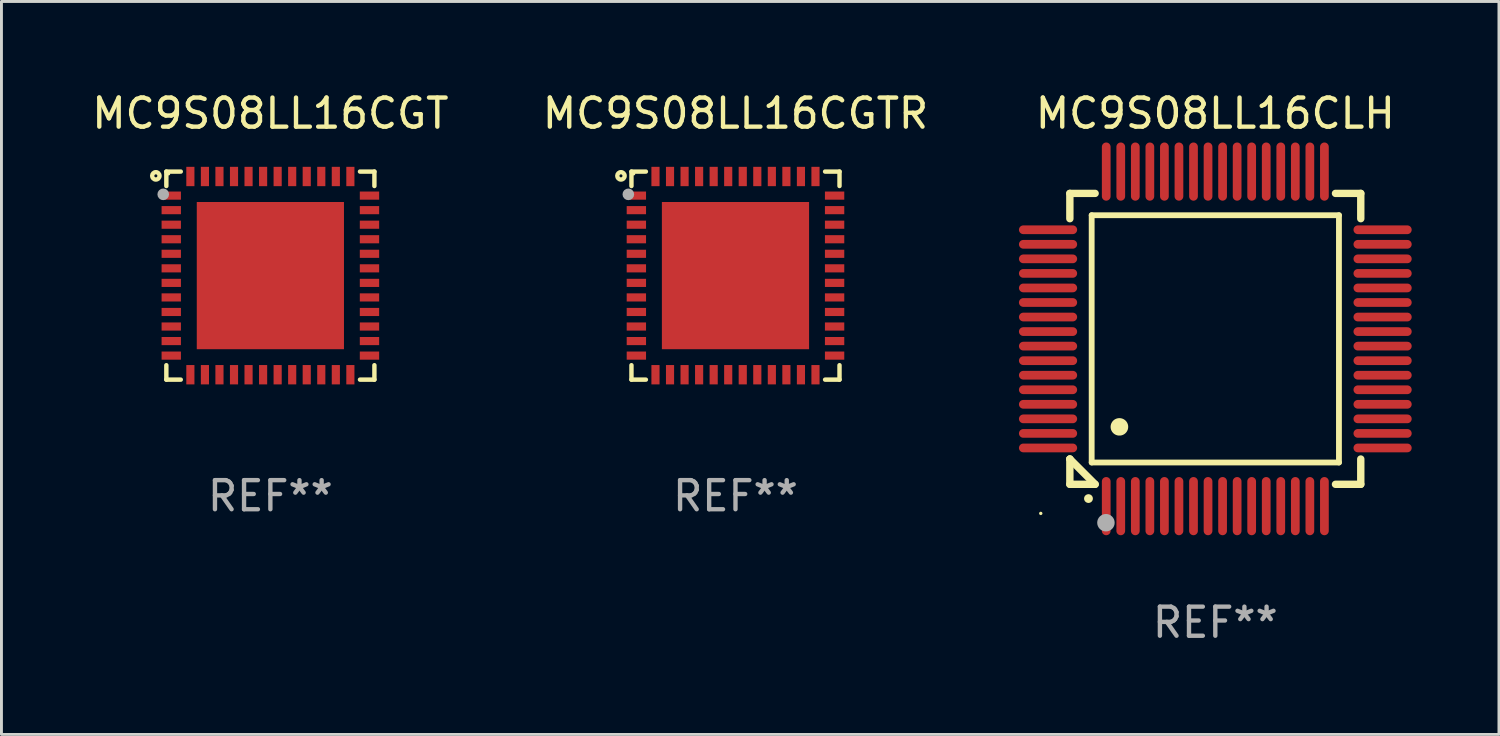
<source format=kicad_pcb>
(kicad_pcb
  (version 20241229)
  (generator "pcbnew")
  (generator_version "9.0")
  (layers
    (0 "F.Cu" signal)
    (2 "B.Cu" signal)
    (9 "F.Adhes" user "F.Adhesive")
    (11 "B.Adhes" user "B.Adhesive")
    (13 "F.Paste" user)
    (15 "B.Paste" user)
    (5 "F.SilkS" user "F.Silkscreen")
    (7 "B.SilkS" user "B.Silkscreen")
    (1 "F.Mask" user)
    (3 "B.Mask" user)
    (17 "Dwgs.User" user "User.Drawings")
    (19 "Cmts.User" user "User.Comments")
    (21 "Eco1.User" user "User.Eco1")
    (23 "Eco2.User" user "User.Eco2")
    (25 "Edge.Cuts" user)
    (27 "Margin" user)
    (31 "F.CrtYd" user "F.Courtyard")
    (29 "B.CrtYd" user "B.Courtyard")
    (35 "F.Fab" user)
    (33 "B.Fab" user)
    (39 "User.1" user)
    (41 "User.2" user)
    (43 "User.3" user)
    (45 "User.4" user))
  (footprint "MC9S08LL16CGT"
    (layer "F.Cu")
    (at 6.244 6.424)
    (property "Reference" "MC9S08LL16CGT" (at 0 -5.576 0) (layer "F.SilkS") (effects (font (size 1 1) (thickness 0.15))))
    (attr through_hole)
    (fp_line (start -3.576 -3.576) (end -3.576 -3.08) (stroke (width 0.152) (type solid)) (layer "F.SilkS"))
    (fp_line (start -3.576 3.576) (end -3.576 3.08) (stroke (width 0.152) (type solid)) (layer "F.SilkS"))
    (fp_line (start -3.08 -3.576) (end -3.576 -3.576) (stroke (width 0.152) (type solid)) (layer "F.SilkS"))
    (fp_line (start -3.08 3.576) (end -3.576 3.576) (stroke (width 0.152) (type solid)) (layer "F.SilkS"))
    (fp_line (start 3.08 -3.576) (end 3.576 -3.576) (stroke (width 0.152) (type solid)) (layer "F.SilkS"))
    (fp_line (start 3.08 3.576) (end 3.576 3.576) (stroke (width 0.152) (type solid)) (layer "F.SilkS"))
    (fp_line (start 3.576 -3.576) (end 3.576 -3.08) (stroke (width 0.152) (type solid)) (layer "F.SilkS"))
    (fp_line (start 3.576 3.576) (end 3.576 3.08) (stroke (width 0.152) (type solid)) (layer "F.SilkS"))
    (fp_circle (center -3.937 -3.429) (end -3.81 -3.429) (stroke (width 0.15) (type solid)) (fill no) (layer "F.SilkS"))
    (fp_circle (center -3.5 -3.5) (end -3.47 -3.5) (stroke (width 0.06) (type solid)) (fill no) (layer "F.SilkS"))
    (fp_circle (center -3.683 -2.794) (end -3.583 -2.794) (stroke (width 0.2) (type solid)) (fill no) (layer "F.Fab"))
    (fp_text user "REF**" (at 0 7.576 0) (layer "F.Fab") (effects (font (size 1 1) (thickness 0.15))))
    (pad "1" smd rect (at -3.407 -2.75) (size 0.665 0.28) (layers "F.Cu" "F.Mask" "F.Paste"))
    (pad "2" smd rect (at -3.407 -2.25) (size 0.665 0.28) (layers "F.Cu" "F.Mask" "F.Paste"))
    (pad "3" smd rect (at -3.407 -1.75) (size 0.665 0.28) (layers "F.Cu" "F.Mask" "F.Paste"))
    (pad "4" smd rect (at -3.407 -1.25) (size 0.665 0.28) (layers "F.Cu" "F.Mask" "F.Paste"))
    (pad "5" smd rect (at -3.407 -0.75) (size 0.665 0.28) (layers "F.Cu" "F.Mask" "F.Paste"))
    (pad "6" smd rect (at -3.407 -0.25) (size 0.665 0.28) (layers "F.Cu" "F.Mask" "F.Paste"))
    (pad "7" smd rect (at -3.407 0.25) (size 0.665 0.28) (layers "F.Cu" "F.Mask" "F.Paste"))
    (pad "8" smd rect (at -3.407 0.75) (size 0.665 0.28) (layers "F.Cu" "F.Mask" "F.Paste"))
    (pad "9" smd rect (at -3.407 1.25) (size 0.665 0.28) (layers "F.Cu" "F.Mask" "F.Paste"))
    (pad "10" smd rect (at -3.407 1.75) (size 0.665 0.28) (layers "F.Cu" "F.Mask" "F.Paste"))
    (pad "11" smd rect (at -3.407 2.25) (size 0.665 0.28) (layers "F.Cu" "F.Mask" "F.Paste"))
    (pad "12" smd rect (at -3.407 2.75) (size 0.665 0.28) (layers "F.Cu" "F.Mask" "F.Paste"))
    (pad "13" smd rect (at -2.75 3.407) (size 0.28 0.665) (layers "F.Cu" "F.Mask" "F.Paste"))
    (pad "14" smd rect (at -2.25 3.407) (size 0.28 0.665) (layers "F.Cu" "F.Mask" "F.Paste"))
    (pad "15" smd rect (at -1.75 3.407) (size 0.28 0.665) (layers "F.Cu" "F.Mask" "F.Paste"))
    (pad "16" smd rect (at -1.25 3.407) (size 0.28 0.665) (layers "F.Cu" "F.Mask" "F.Paste"))
    (pad "17" smd rect (at -0.75 3.407) (size 0.28 0.665) (layers "F.Cu" "F.Mask" "F.Paste"))
    (pad "18" smd rect (at -0.25 3.407) (size 0.28 0.665) (layers "F.Cu" "F.Mask" "F.Paste"))
    (pad "19" smd rect (at 0.25 3.407) (size 0.28 0.665) (layers "F.Cu" "F.Mask" "F.Paste"))
    (pad "20" smd rect (at 0.75 3.407) (size 0.28 0.665) (layers "F.Cu" "F.Mask" "F.Paste"))
    (pad "21" smd rect (at 1.25 3.407) (size 0.28 0.665) (layers "F.Cu" "F.Mask" "F.Paste"))
    (pad "22" smd rect (at 1.75 3.407) (size 0.28 0.665) (layers "F.Cu" "F.Mask" "F.Paste"))
    (pad "23" smd rect (at 2.25 3.407) (size 0.28 0.665) (layers "F.Cu" "F.Mask" "F.Paste"))
    (pad "24" smd rect (at 2.75 3.407) (size 0.28 0.665) (layers "F.Cu" "F.Mask" "F.Paste"))
    (pad "25" smd rect (at 3.407 2.75) (size 0.665 0.28) (layers "F.Cu" "F.Mask" "F.Paste"))
    (pad "26" smd rect (at 3.407 2.25) (size 0.665 0.28) (layers "F.Cu" "F.Mask" "F.Paste"))
    (pad "27" smd rect (at 3.407 1.75) (size 0.665 0.28) (layers "F.Cu" "F.Mask" "F.Paste"))
    (pad "28" smd rect (at 3.407 1.25) (size 0.665 0.28) (layers "F.Cu" "F.Mask" "F.Paste"))
    (pad "29" smd rect (at 3.407 0.75) (size 0.665 0.28) (layers "F.Cu" "F.Mask" "F.Paste"))
    (pad "30" smd rect (at 3.407 0.25) (size 0.665 0.28) (layers "F.Cu" "F.Mask" "F.Paste"))
    (pad "31" smd rect (at 3.407 -0.25) (size 0.665 0.28) (layers "F.Cu" "F.Mask" "F.Paste"))
    (pad "32" smd rect (at 3.407 -0.75) (size 0.665 0.28) (layers "F.Cu" "F.Mask" "F.Paste"))
    (pad "33" smd rect (at 3.407 -1.25) (size 0.665 0.28) (layers "F.Cu" "F.Mask" "F.Paste"))
    (pad "34" smd rect (at 3.407 -1.75) (size 0.665 0.28) (layers "F.Cu" "F.Mask" "F.Paste"))
    (pad "35" smd rect (at 3.407 -2.25) (size 0.665 0.28) (layers "F.Cu" "F.Mask" "F.Paste"))
    (pad "36" smd rect (at 3.407 -2.75) (size 0.665 0.28) (layers "F.Cu" "F.Mask" "F.Paste"))
    (pad "37" smd rect (at 2.75 -3.407) (size 0.28 0.665) (layers "F.Cu" "F.Mask" "F.Paste"))
    (pad "38" smd rect (at 2.25 -3.407) (size 0.28 0.665) (layers "F.Cu" "F.Mask" "F.Paste"))
    (pad "39" smd rect (at 1.75 -3.407) (size 0.28 0.665) (layers "F.Cu" "F.Mask" "F.Paste"))
    (pad "40" smd rect (at 1.25 -3.407) (size 0.28 0.665) (layers "F.Cu" "F.Mask" "F.Paste"))
    (pad "41" smd rect (at 0.75 -3.407) (size 0.28 0.665) (layers "F.Cu" "F.Mask" "F.Paste"))
    (pad "42" smd rect (at 0.25 -3.407) (size 0.28 0.665) (layers "F.Cu" "F.Mask" "F.Paste"))
    (pad "43" smd rect (at -0.25 -3.407) (size 0.28 0.665) (layers "F.Cu" "F.Mask" "F.Paste"))
    (pad "44" smd rect (at -0.75 -3.407) (size 0.28 0.665) (layers "F.Cu" "F.Mask" "F.Paste"))
    (pad "45" smd rect (at -1.25 -3.407) (size 0.28 0.665) (layers "F.Cu" "F.Mask" "F.Paste"))
    (pad "46" smd rect (at -1.75 -3.407) (size 0.28 0.665) (layers "F.Cu" "F.Mask" "F.Paste"))
    (pad "47" smd rect (at -2.25 -3.407) (size 0.28 0.665) (layers "F.Cu" "F.Mask" "F.Paste"))
    (pad "48" smd rect (at -2.75 -3.407) (size 0.28 0.665) (layers "F.Cu" "F.Mask" "F.Paste"))
    (pad "49" smd rect (at 0 0) (size 5.06 5.06) (layers "F.Cu" "F.Mask" "F.Paste")))
  (footprint "MC9S08LL16CLH"
    (layer "F.Cu")
    (at 38.726 8.598)
    (property "Reference" "MC9S08LL16CLH" (at 0 -7.75 0) (layer "F.SilkS") (effects (font (size 1 1) (thickness 0.15))))
    (attr through_hole)
    (fp_line (start -5 -5) (end -4.131 -5) (stroke (width 0.254) (type solid)) (layer "F.SilkS"))
    (fp_line (start -5 -4.131) (end -5 -5) (stroke (width 0.254) (type solid)) (layer "F.SilkS"))
    (fp_line (start -5 4.131) (end -5 4.131) (stroke (width 0.254) (type solid)) (layer "F.SilkS"))
    (fp_line (start -5 5) (end -5 4.131) (stroke (width 0.254) (type solid)) (layer "F.SilkS"))
    (fp_line (start -5 4.131) (end -4.131 5) (stroke (width 0.254) (type solid)) (layer "F.SilkS"))
    (fp_line (start -4.25 -4.25) (end -4.25 4.25) (stroke (width 0.2) (type solid)) (layer "F.SilkS"))
    (fp_line (start -4.25 4.25) (end 4.25 4.25) (stroke (width 0.2) (type solid)) (layer "F.SilkS"))
    (fp_line (start -4.131 5) (end -5 5) (stroke (width 0.254) (type solid)) (layer "F.SilkS"))
    (fp_line (start 4.25 -4.25) (end -4.25 -4.25) (stroke (width 0.2) (type solid)) (layer "F.SilkS"))
    (fp_line (start 4.25 4.25) (end 4.25 -4.25) (stroke (width 0.2) (type solid)) (layer "F.SilkS"))
    (fp_line (start 5 -5) (end 4.131 -5) (stroke (width 0.254) (type solid)) (layer "F.SilkS"))
    (fp_line (start 5 -5) (end 5 -4.131) (stroke (width 0.254) (type solid)) (layer "F.SilkS"))
    (fp_line (start 5 4.131) (end 5 5) (stroke (width 0.254) (type solid)) (layer "F.SilkS"))
    (fp_line (start 5 5) (end 4.131 5) (stroke (width 0.254) (type solid)) (layer "F.SilkS"))
    (fp_arc (start -4.361265 5.489992) (mid -4.359995 5.489987) (end -4.358725 5.489992) (stroke (width 0.3) (type solid)) (layer "F.SilkS"))
    (fp_arc (start -3.299467 3.025146) (mid -3.296927 3.025135) (end -3.294387 3.025146) (stroke (width 0.6) (type solid)) (layer "F.SilkS"))
    (fp_circle (center -6 6) (end -5.97 6) (stroke (width 0.06) (type solid)) (fill no) (layer "F.SilkS"))
    (fp_circle (center -3.76 6.32) (end -3.61 6.32) (stroke (width 0.3) (type solid)) (fill no) (layer "F.Fab"))
    (fp_text user "REF**" (at 0 9.75 0) (layer "F.Fab") (effects (font (size 1 1) (thickness 0.15))))
    (pad "1" smd oval (at -3.75 5.75) (size 0.3 2) (layers "F.Cu" "F.Mask" "F.Paste"))
    (pad "2" smd oval (at -3.25 5.75) (size 0.3 2) (layers "F.Cu" "F.Mask" "F.Paste"))
    (pad "3" smd oval (at -2.75 5.75) (size 0.3 2) (layers "F.Cu" "F.Mask" "F.Paste"))
    (pad "4" smd oval (at -2.25 5.75) (size 0.3 2) (layers "F.Cu" "F.Mask" "F.Paste"))
    (pad "5" smd oval (at -1.75 5.75) (size 0.3 2) (layers "F.Cu" "F.Mask" "F.Paste"))
    (pad "6" smd oval (at -1.25 5.75) (size 0.3 2) (layers "F.Cu" "F.Mask" "F.Paste"))
    (pad "7" smd oval (at -0.75 5.75) (size 0.3 2) (layers "F.Cu" "F.Mask" "F.Paste"))
    (pad "8" smd oval (at -0.25 5.75) (size 0.3 2) (layers "F.Cu" "F.Mask" "F.Paste"))
    (pad "9" smd oval (at 0.25 5.75) (size 0.3 2) (layers "F.Cu" "F.Mask" "F.Paste"))
    (pad "10" smd oval (at 0.75 5.75) (size 0.3 2) (layers "F.Cu" "F.Mask" "F.Paste"))
    (pad "11" smd oval (at 1.25 5.75) (size 0.3 2) (layers "F.Cu" "F.Mask" "F.Paste"))
    (pad "12" smd oval (at 1.75 5.75) (size 0.3 2) (layers "F.Cu" "F.Mask" "F.Paste"))
    (pad "13" smd oval (at 2.25 5.75) (size 0.3 2) (layers "F.Cu" "F.Mask" "F.Paste"))
    (pad "14" smd oval (at 2.75 5.75) (size 0.3 2) (layers "F.Cu" "F.Mask" "F.Paste"))
    (pad "15" smd oval (at 3.25 5.75) (size 0.3 2) (layers "F.Cu" "F.Mask" "F.Paste"))
    (pad "16" smd oval (at 3.75 5.75) (size 0.3 2) (layers "F.Cu" "F.Mask" "F.Paste"))
    (pad "17" smd oval (at 5.75 3.75) (size 2 0.3) (layers "F.Cu" "F.Mask" "F.Paste"))
    (pad "18" smd oval (at 5.75 3.25) (size 2 0.3) (layers "F.Cu" "F.Mask" "F.Paste"))
    (pad "19" smd oval (at 5.75 2.75) (size 2 0.3) (layers "F.Cu" "F.Mask" "F.Paste"))
    (pad "20" smd oval (at 5.75 2.25) (size 2 0.3) (layers "F.Cu" "F.Mask" "F.Paste"))
    (pad "21" smd oval (at 5.75 1.75) (size 2 0.3) (layers "F.Cu" "F.Mask" "F.Paste"))
    (pad "22" smd oval (at 5.75 1.25) (size 2 0.3) (layers "F.Cu" "F.Mask" "F.Paste"))
    (pad "23" smd oval (at 5.75 0.75) (size 2 0.3) (layers "F.Cu" "F.Mask" "F.Paste"))
    (pad "24" smd oval (at 5.75 0.25) (size 2 0.3) (layers "F.Cu" "F.Mask" "F.Paste"))
    (pad "25" smd oval (at 5.75 -0.25) (size 2 0.3) (layers "F.Cu" "F.Mask" "F.Paste"))
    (pad "26" smd oval (at 5.75 -0.75) (size 2 0.3) (layers "F.Cu" "F.Mask" "F.Paste"))
    (pad "27" smd oval (at 5.75 -1.25) (size 2 0.3) (layers "F.Cu" "F.Mask" "F.Paste"))
    (pad "28" smd oval (at 5.75 -1.75) (size 2 0.3) (layers "F.Cu" "F.Mask" "F.Paste"))
    (pad "29" smd oval (at 5.75 -2.25) (size 2 0.3) (layers "F.Cu" "F.Mask" "F.Paste"))
    (pad "30" smd oval (at 5.75 -2.75) (size 2 0.3) (layers "F.Cu" "F.Mask" "F.Paste"))
    (pad "31" smd oval (at 5.75 -3.25) (size 2 0.3) (layers "F.Cu" "F.Mask" "F.Paste"))
    (pad "32" smd oval (at 5.75 -3.75) (size 2 0.3) (layers "F.Cu" "F.Mask" "F.Paste"))
    (pad "33" smd oval (at 3.75 -5.75) (size 0.3 2) (layers "F.Cu" "F.Mask" "F.Paste"))
    (pad "34" smd oval (at 3.25 -5.75) (size 0.3 2) (layers "F.Cu" "F.Mask" "F.Paste"))
    (pad "35" smd oval (at 2.75 -5.75) (size 0.3 2) (layers "F.Cu" "F.Mask" "F.Paste"))
    (pad "36" smd oval (at 2.25 -5.75) (size 0.3 2) (layers "F.Cu" "F.Mask" "F.Paste"))
    (pad "37" smd oval (at 1.75 -5.75) (size 0.3 2) (layers "F.Cu" "F.Mask" "F.Paste"))
    (pad "38" smd oval (at 1.25 -5.75) (size 0.3 2) (layers "F.Cu" "F.Mask" "F.Paste"))
    (pad "39" smd oval (at 0.75 -5.75) (size 0.3 2) (layers "F.Cu" "F.Mask" "F.Paste"))
    (pad "40" smd oval (at 0.25 -5.75) (size 0.3 2) (layers "F.Cu" "F.Mask" "F.Paste"))
    (pad "41" smd oval (at -0.25 -5.75) (size 0.3 2) (layers "F.Cu" "F.Mask" "F.Paste"))
    (pad "42" smd oval (at -0.75 -5.75) (size 0.3 2) (layers "F.Cu" "F.Mask" "F.Paste"))
    (pad "43" smd oval (at -1.25 -5.75) (size 0.3 2) (layers "F.Cu" "F.Mask" "F.Paste"))
    (pad "44" smd oval (at -1.75 -5.75) (size 0.3 2) (layers "F.Cu" "F.Mask" "F.Paste"))
    (pad "45" smd oval (at -2.25 -5.75) (size 0.3 2) (layers "F.Cu" "F.Mask" "F.Paste"))
    (pad "46" smd oval (at -2.75 -5.75) (size 0.3 2) (layers "F.Cu" "F.Mask" "F.Paste"))
    (pad "47" smd oval (at -3.25 -5.75) (size 0.3 2) (layers "F.Cu" "F.Mask" "F.Paste"))
    (pad "48" smd oval (at -3.75 -5.75) (size 0.3 2) (layers "F.Cu" "F.Mask" "F.Paste"))
    (pad "49" smd oval (at -5.75 -3.75) (size 2 0.3) (layers "F.Cu" "F.Mask" "F.Paste"))
    (pad "50" smd oval (at -5.75 -3.25) (size 2 0.3) (layers "F.Cu" "F.Mask" "F.Paste"))
    (pad "51" smd oval (at -5.75 -2.75) (size 2 0.3) (layers "F.Cu" "F.Mask" "F.Paste"))
    (pad "52" smd oval (at -5.75 -2.25) (size 2 0.3) (layers "F.Cu" "F.Mask" "F.Paste"))
    (pad "53" smd oval (at -5.75 -1.75) (size 2 0.3) (layers "F.Cu" "F.Mask" "F.Paste"))
    (pad "54" smd oval (at -5.75 -1.25) (size 2 0.3) (layers "F.Cu" "F.Mask" "F.Paste"))
    (pad "55" smd oval (at -5.75 -0.75) (size 2 0.3) (layers "F.Cu" "F.Mask" "F.Paste"))
    (pad "56" smd oval (at -5.75 -0.25) (size 2 0.3) (layers "F.Cu" "F.Mask" "F.Paste"))
    (pad "57" smd oval (at -5.75 0.25) (size 2 0.3) (layers "F.Cu" "F.Mask" "F.Paste"))
    (pad "58" smd oval (at -5.75 0.75) (size 2 0.3) (layers "F.Cu" "F.Mask" "F.Paste"))
    (pad "59" smd oval (at -5.75 1.25) (size 2 0.3) (layers "F.Cu" "F.Mask" "F.Paste"))
    (pad "60" smd oval (at -5.75 1.75) (size 2 0.3) (layers "F.Cu" "F.Mask" "F.Paste"))
    (pad "61" smd oval (at -5.75 2.25) (size 2 0.3) (layers "F.Cu" "F.Mask" "F.Paste"))
    (pad "62" smd oval (at -5.75 2.75) (size 2 0.3) (layers "F.Cu" "F.Mask" "F.Paste"))
    (pad "63" smd oval (at -5.75 3.25) (size 2 0.3) (layers "F.Cu" "F.Mask" "F.Paste"))
    (pad "64" smd oval (at -5.75 3.75) (size 2 0.3) (layers "F.Cu" "F.Mask" "F.Paste")))
  (footprint "MC9S08LL16CGTR"
    (layer "F.Cu")
    (at 22.232 6.424)
    (property "Reference" "MC9S08LL16CGTR" (at 0 -5.576 0) (layer "F.SilkS") (effects (font (size 1 1) (thickness 0.15))))
    (attr through_hole)
    (fp_line (start -3.576 -3.576) (end -3.576 -3.08) (stroke (width 0.152) (type solid)) (layer "F.SilkS"))
    (fp_line (start -3.576 3.576) (end -3.576 3.08) (stroke (width 0.152) (type solid)) (layer "F.SilkS"))
    (fp_line (start -3.08 -3.576) (end -3.576 -3.576) (stroke (width 0.152) (type solid)) (layer "F.SilkS"))
    (fp_line (start -3.08 3.576) (end -3.576 3.576) (stroke (width 0.152) (type solid)) (layer "F.SilkS"))
    (fp_line (start 3.08 -3.576) (end 3.576 -3.576) (stroke (width 0.152) (type solid)) (layer "F.SilkS"))
    (fp_line (start 3.08 3.576) (end 3.576 3.576) (stroke (width 0.152) (type solid)) (layer "F.SilkS"))
    (fp_line (start 3.576 -3.576) (end 3.576 -3.08) (stroke (width 0.152) (type solid)) (layer "F.SilkS"))
    (fp_line (start 3.576 3.576) (end 3.576 3.08) (stroke (width 0.152) (type solid)) (layer "F.SilkS"))
    (fp_circle (center -3.937 -3.429) (end -3.81 -3.429) (stroke (width 0.15) (type solid)) (fill no) (layer "F.SilkS"))
    (fp_circle (center -3.5 -3.5) (end -3.47 -3.5) (stroke (width 0.06) (type solid)) (fill no) (layer "F.SilkS"))
    (fp_circle (center -3.683 -2.794) (end -3.583 -2.794) (stroke (width 0.2) (type solid)) (fill no) (layer "F.Fab"))
    (fp_text user "REF**" (at 0 7.576 0) (layer "F.Fab") (effects (font (size 1 1) (thickness 0.15))))
    (pad "1" smd rect (at -3.407 -2.75) (size 0.665 0.28) (layers "F.Cu" "F.Mask" "F.Paste"))
    (pad "2" smd rect (at -3.407 -2.25) (size 0.665 0.28) (layers "F.Cu" "F.Mask" "F.Paste"))
    (pad "3" smd rect (at -3.407 -1.75) (size 0.665 0.28) (layers "F.Cu" "F.Mask" "F.Paste"))
    (pad "4" smd rect (at -3.407 -1.25) (size 0.665 0.28) (layers "F.Cu" "F.Mask" "F.Paste"))
    (pad "5" smd rect (at -3.407 -0.75) (size 0.665 0.28) (layers "F.Cu" "F.Mask" "F.Paste"))
    (pad "6" smd rect (at -3.407 -0.25) (size 0.665 0.28) (layers "F.Cu" "F.Mask" "F.Paste"))
    (pad "7" smd rect (at -3.407 0.25) (size 0.665 0.28) (layers "F.Cu" "F.Mask" "F.Paste"))
    (pad "8" smd rect (at -3.407 0.75) (size 0.665 0.28) (layers "F.Cu" "F.Mask" "F.Paste"))
    (pad "9" smd rect (at -3.407 1.25) (size 0.665 0.28) (layers "F.Cu" "F.Mask" "F.Paste"))
    (pad "10" smd rect (at -3.407 1.75) (size 0.665 0.28) (layers "F.Cu" "F.Mask" "F.Paste"))
    (pad "11" smd rect (at -3.407 2.25) (size 0.665 0.28) (layers "F.Cu" "F.Mask" "F.Paste"))
    (pad "12" smd rect (at -3.407 2.75) (size 0.665 0.28) (layers "F.Cu" "F.Mask" "F.Paste"))
    (pad "13" smd rect (at -2.75 3.407) (size 0.28 0.665) (layers "F.Cu" "F.Mask" "F.Paste"))
    (pad "14" smd rect (at -2.25 3.407) (size 0.28 0.665) (layers "F.Cu" "F.Mask" "F.Paste"))
    (pad "15" smd rect (at -1.75 3.407) (size 0.28 0.665) (layers "F.Cu" "F.Mask" "F.Paste"))
    (pad "16" smd rect (at -1.25 3.407) (size 0.28 0.665) (layers "F.Cu" "F.Mask" "F.Paste"))
    (pad "17" smd rect (at -0.75 3.407) (size 0.28 0.665) (layers "F.Cu" "F.Mask" "F.Paste"))
    (pad "18" smd rect (at -0.25 3.407) (size 0.28 0.665) (layers "F.Cu" "F.Mask" "F.Paste"))
    (pad "19" smd rect (at 0.25 3.407) (size 0.28 0.665) (layers "F.Cu" "F.Mask" "F.Paste"))
    (pad "20" smd rect (at 0.75 3.407) (size 0.28 0.665) (layers "F.Cu" "F.Mask" "F.Paste"))
    (pad "21" smd rect (at 1.25 3.407) (size 0.28 0.665) (layers "F.Cu" "F.Mask" "F.Paste"))
    (pad "22" smd rect (at 1.75 3.407) (size 0.28 0.665) (layers "F.Cu" "F.Mask" "F.Paste"))
    (pad "23" smd rect (at 2.25 3.407) (size 0.28 0.665) (layers "F.Cu" "F.Mask" "F.Paste"))
    (pad "24" smd rect (at 2.75 3.407) (size 0.28 0.665) (layers "F.Cu" "F.Mask" "F.Paste"))
    (pad "25" smd rect (at 3.407 2.75) (size 0.665 0.28) (layers "F.Cu" "F.Mask" "F.Paste"))
    (pad "26" smd rect (at 3.407 2.25) (size 0.665 0.28) (layers "F.Cu" "F.Mask" "F.Paste"))
    (pad "27" smd rect (at 3.407 1.75) (size 0.665 0.28) (layers "F.Cu" "F.Mask" "F.Paste"))
    (pad "28" smd rect (at 3.407 1.25) (size 0.665 0.28) (layers "F.Cu" "F.Mask" "F.Paste"))
    (pad "29" smd rect (at 3.407 0.75) (size 0.665 0.28) (layers "F.Cu" "F.Mask" "F.Paste"))
    (pad "30" smd rect (at 3.407 0.25) (size 0.665 0.28) (layers "F.Cu" "F.Mask" "F.Paste"))
    (pad "31" smd rect (at 3.407 -0.25) (size 0.665 0.28) (layers "F.Cu" "F.Mask" "F.Paste"))
    (pad "32" smd rect (at 3.407 -0.75) (size 0.665 0.28) (layers "F.Cu" "F.Mask" "F.Paste"))
    (pad "33" smd rect (at 3.407 -1.25) (size 0.665 0.28) (layers "F.Cu" "F.Mask" "F.Paste"))
    (pad "34" smd rect (at 3.407 -1.75) (size 0.665 0.28) (layers "F.Cu" "F.Mask" "F.Paste"))
    (pad "35" smd rect (at 3.407 -2.25) (size 0.665 0.28) (layers "F.Cu" "F.Mask" "F.Paste"))
    (pad "36" smd rect (at 3.407 -2.75) (size 0.665 0.28) (layers "F.Cu" "F.Mask" "F.Paste"))
    (pad "37" smd rect (at 2.75 -3.407) (size 0.28 0.665) (layers "F.Cu" "F.Mask" "F.Paste"))
    (pad "38" smd rect (at 2.25 -3.407) (size 0.28 0.665) (layers "F.Cu" "F.Mask" "F.Paste"))
    (pad "39" smd rect (at 1.75 -3.407) (size 0.28 0.665) (layers "F.Cu" "F.Mask" "F.Paste"))
    (pad "40" smd rect (at 1.25 -3.407) (size 0.28 0.665) (layers "F.Cu" "F.Mask" "F.Paste"))
    (pad "41" smd rect (at 0.75 -3.407) (size 0.28 0.665) (layers "F.Cu" "F.Mask" "F.Paste"))
    (pad "42" smd rect (at 0.25 -3.407) (size 0.28 0.665) (layers "F.Cu" "F.Mask" "F.Paste"))
    (pad "43" smd rect (at -0.25 -3.407) (size 0.28 0.665) (layers "F.Cu" "F.Mask" "F.Paste"))
    (pad "44" smd rect (at -0.75 -3.407) (size 0.28 0.665) (layers "F.Cu" "F.Mask" "F.Paste"))
    (pad "45" smd rect (at -1.25 -3.407) (size 0.28 0.665) (layers "F.Cu" "F.Mask" "F.Paste"))
    (pad "46" smd rect (at -1.75 -3.407) (size 0.28 0.665) (layers "F.Cu" "F.Mask" "F.Paste"))
    (pad "47" smd rect (at -2.25 -3.407) (size 0.28 0.665) (layers "F.Cu" "F.Mask" "F.Paste"))
    (pad "48" smd rect (at -2.75 -3.407) (size 0.28 0.665) (layers "F.Cu" "F.Mask" "F.Paste"))
    (pad "49" smd rect (at 0 0) (size 5.06 5.06) (layers "F.Cu" "F.Mask" "F.Paste")))
  (gr_rect
    (start -3 -3)
    (end 48.476 22.196)
    (stroke (width 0.1) (type default))
    (fill no)
    (layer "Edge.Cuts")))
</source>
